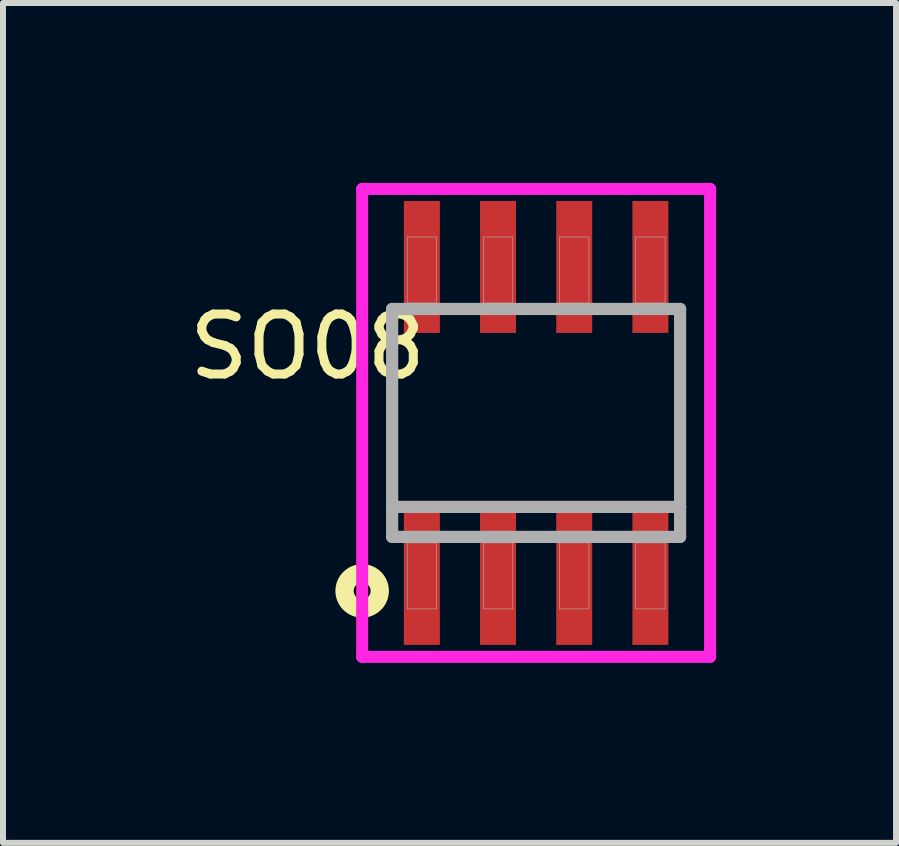
<source format=kicad_pcb>
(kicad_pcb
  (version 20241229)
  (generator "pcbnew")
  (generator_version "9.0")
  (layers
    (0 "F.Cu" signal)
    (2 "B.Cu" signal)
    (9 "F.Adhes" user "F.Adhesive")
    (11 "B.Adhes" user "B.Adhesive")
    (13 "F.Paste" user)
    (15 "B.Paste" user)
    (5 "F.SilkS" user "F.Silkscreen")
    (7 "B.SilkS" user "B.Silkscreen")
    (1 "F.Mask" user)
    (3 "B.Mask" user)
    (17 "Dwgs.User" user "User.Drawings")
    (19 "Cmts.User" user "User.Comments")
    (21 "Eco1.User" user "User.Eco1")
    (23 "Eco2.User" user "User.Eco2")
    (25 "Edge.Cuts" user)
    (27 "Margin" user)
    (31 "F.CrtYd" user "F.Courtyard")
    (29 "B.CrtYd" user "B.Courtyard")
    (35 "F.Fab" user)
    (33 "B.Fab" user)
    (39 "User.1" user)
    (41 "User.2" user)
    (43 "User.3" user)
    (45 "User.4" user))
  (footprint "SO08"
    (layer "F.Cu")
    (at 5.887 4)
    (property "Reference" "SO08" (at -3.81 -1.27 180) (layer "F.SilkS") (effects (font (size 1 1) (thickness 0.15))))
    (attr through_hole)
    (fp_circle (center -2.9 2.8) (end -2.759 2.8) (stroke (width 0.305) (type solid)) (fill no) (layer "F.SilkS"))
    (fp_line (start -2.9 -3.9) (end 2.9 -3.9) (stroke (width 0.2) (type solid)) (layer "F.CrtYd"))
    (fp_line (start -2.9 3.9) (end -2.9 -3.9) (stroke (width 0.2) (type solid)) (layer "F.CrtYd"))
    (fp_line (start 2.9 -3.9) (end 2.9 3.9) (stroke (width 0.2) (type solid)) (layer "F.CrtYd"))
    (fp_line (start 2.9 3.9) (end -2.9 3.9) (stroke (width 0.2) (type solid)) (layer "F.CrtYd"))
    (fp_line (start -2.4 -1.9) (end 2.4 -1.9) (stroke (width 0.203) (type solid)) (layer "F.Fab"))
    (fp_line (start -2.4 1.4) (end -2.4 -1.9) (stroke (width 0.203) (type solid)) (layer "F.Fab"))
    (fp_line (start -2.4 1.9) (end -2.4 1.4) (stroke (width 0.203) (type solid)) (layer "F.Fab"))
    (fp_line (start 2.4 -1.9) (end 2.4 1.4) (stroke (width 0.203) (type solid)) (layer "F.Fab"))
    (fp_line (start 2.4 1.4) (end -2.4 1.4) (stroke (width 0.203) (type solid)) (layer "F.Fab"))
    (fp_line (start 2.4 1.4) (end 2.4 1.9) (stroke (width 0.203) (type solid)) (layer "F.Fab"))
    (fp_line (start 2.4 1.9) (end -2.4 1.9) (stroke (width 0.203) (type solid)) (layer "F.Fab"))
    (fp_poly (pts (xy -2.15 -3.1) (xy -1.66 -3.1) (xy -1.66 -2) (xy -2.15 -2)) (stroke (width 0.01) (type solid)) (fill no) (layer "F.Fab"))
    (fp_poly (pts (xy -2.15 2) (xy -1.66 2) (xy -1.66 3.1) (xy -2.15 3.1)) (stroke (width 0.01) (type solid)) (fill no) (layer "F.Fab"))
    (fp_poly (pts (xy -0.88 -3.1) (xy -0.39 -3.1) (xy -0.39 -2) (xy -0.88 -2)) (stroke (width 0.01) (type solid)) (fill no) (layer "F.Fab"))
    (fp_poly (pts (xy -0.88 2) (xy -0.39 2) (xy -0.39 3.1) (xy -0.88 3.1)) (stroke (width 0.01) (type solid)) (fill no) (layer "F.Fab"))
    (fp_poly (pts (xy 0.39 -3.1) (xy 0.88 -3.1) (xy 0.88 -2) (xy 0.39 -2)) (stroke (width 0.01) (type solid)) (fill no) (layer "F.Fab"))
    (fp_poly (pts (xy 0.39 2) (xy 0.88 2) (xy 0.88 3.1) (xy 0.39 3.1)) (stroke (width 0.01) (type solid)) (fill no) (layer "F.Fab"))
    (fp_poly (pts (xy 1.66 -3.1) (xy 2.15 -3.1) (xy 2.15 -2) (xy 1.66 -2)) (stroke (width 0.01) (type solid)) (fill no) (layer "F.Fab"))
    (fp_poly (pts (xy 1.66 2) (xy 2.15 2) (xy 2.15 3.1) (xy 1.66 3.1)) (stroke (width 0.01) (type solid)) (fill no) (layer "F.Fab"))
    (pad "1" smd rect (at -1.905 2.6) (size 0.6 2.2) (layers "F.Cu" "F.Mask" "F.Paste"))
    (pad "2" smd rect (at -0.635 2.6) (size 0.6 2.2) (layers "F.Cu" "F.Mask" "F.Paste"))
    (pad "3" smd rect (at 0.635 2.6) (size 0.6 2.2) (layers "F.Cu" "F.Mask" "F.Paste"))
    (pad "4" smd rect (at 1.905 2.6) (size 0.6 2.2) (layers "F.Cu" "F.Mask" "F.Paste"))
    (pad "5" smd rect (at 1.905 -2.6) (size 0.6 2.2) (layers "F.Cu" "F.Mask" "F.Paste"))
    (pad "6" smd rect (at 0.635 -2.6) (size 0.6 2.2) (layers "F.Cu" "F.Mask" "F.Paste"))
    (pad "7" smd rect (at -0.635 -2.6) (size 0.6 2.2) (layers "F.Cu" "F.Mask" "F.Paste"))
    (pad "8" smd rect (at -1.905 -2.6) (size 0.6 2.2) (layers "F.Cu" "F.Mask" "F.Paste")))
  (gr_rect
    (start -3 -3)
    (end 11.887 11)
    (stroke (width 0.1) (type default))
    (fill no)
    (layer "Edge.Cuts")))
</source>
